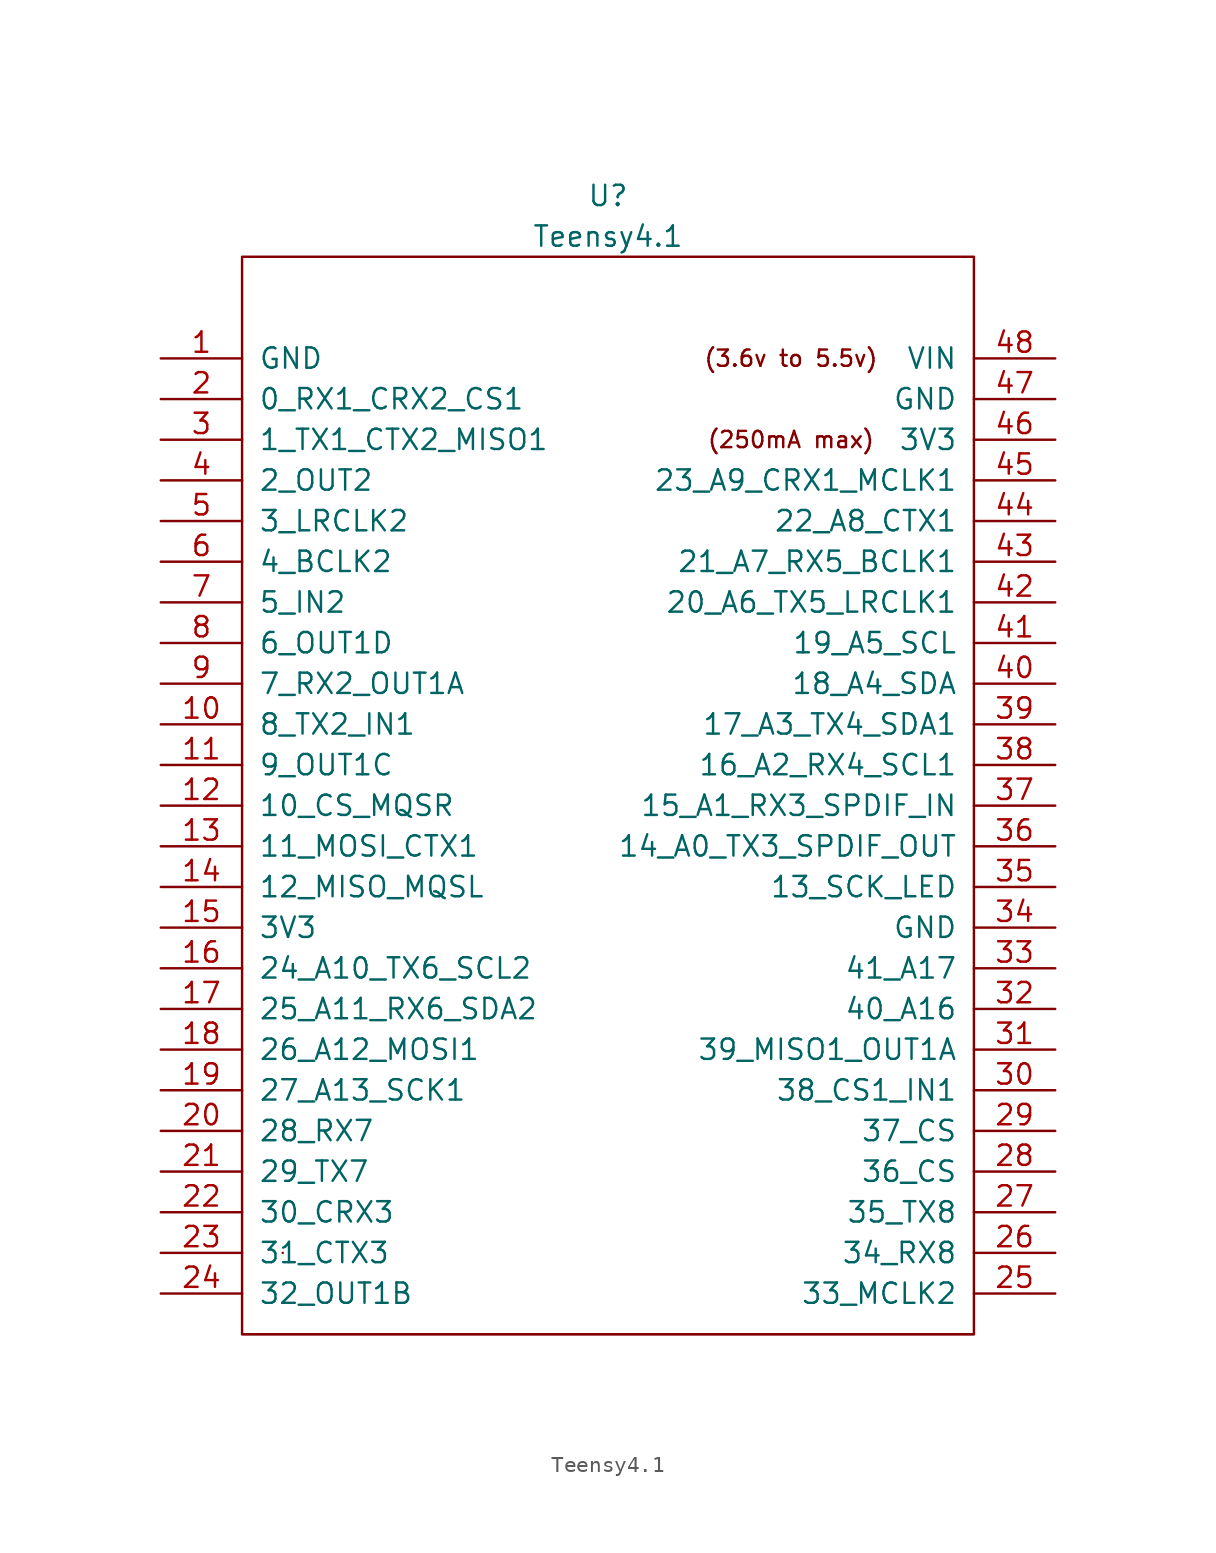
<source format=kicad_sym>
(kicad_symbol_lib
  (version 20231120)
  (generator "kicad_symbol_editor")
  (generator_version "8.0")
  (symbol "Teensy4.1"
    (pin_names
      (offset 1.016))
    (property "Reference" "U"
      (at 0 64.77 0)
      (effects (font (size 1.27 1.27))))
    (property "Value" "Teensy4.1"
      (at 0 62.23 0)
      (effects (font (size 1.27 1.27))))
    (symbol "Teensy4.1_0_0"
      (polyline (pts (xy -22.86 -6.35) (xy 22.86 -6.35)) (stroke (width 0) (type solid)) (fill (type none)))
      (text "(250mA max)" (at 11.43 49.53 0) (effects (font (size 1.016 1.016))))
      (text "(3.6v to 5.5v)" (at 11.43 54.61 0) (effects (font (size 1.016 1.016))))
      (pin bidirectional line (at -27.94 31.75 0) (length 5.08) (name "8_TX2_IN1" (effects (font (size 1.27 1.27)))) (number "10" (effects (font (size 1.27 1.27)))))
      (pin bidirectional line (at -27.94 29.21 0) (length 5.08) (name "9_OUT1C" (effects (font (size 1.27 1.27)))) (number "11" (effects (font (size 1.27 1.27)))))
      (pin bidirectional line (at -27.94 26.67 0) (length 5.08) (name "10_CS_MQSR" (effects (font (size 1.27 1.27)))) (number "12" (effects (font (size 1.27 1.27)))))
      (pin bidirectional line (at -27.94 24.13 0) (length 5.08) (name "11_MOSI_CTX1" (effects (font (size 1.27 1.27)))) (number "13" (effects (font (size 1.27 1.27)))))
      (pin bidirectional line (at -27.94 21.59 0) (length 5.08) (name "12_MISO_MQSL" (effects (font (size 1.27 1.27)))) (number "14" (effects (font (size 1.27 1.27)))))
      (pin power_in line (at -27.94 19.05 0) (length 5.08) (name "3V3" (effects (font (size 1.27 1.27)))) (number "15" (effects (font (size 1.27 1.27)))))
      (pin bidirectional line (at -27.94 16.51 0) (length 5.08) (name "24_A10_TX6_SCL2" (effects (font (size 1.27 1.27)))) (number "16" (effects (font (size 1.27 1.27)))))
      (pin bidirectional line (at -27.94 13.97 0) (length 5.08) (name "25_A11_RX6_SDA2" (effects (font (size 1.27 1.27)))) (number "17" (effects (font (size 1.27 1.27)))))
      (pin bidirectional line (at -27.94 11.43 0) (length 5.08) (name "26_A12_MOSI1" (effects (font (size 1.27 1.27)))) (number "18" (effects (font (size 1.27 1.27)))))
      (pin bidirectional line (at -27.94 8.89 0) (length 5.08) (name "27_A13_SCK1" (effects (font (size 1.27 1.27)))) (number "19" (effects (font (size 1.27 1.27)))))
      (pin bidirectional line (at -27.94 6.35 0) (length 5.08) (name "28_RX7" (effects (font (size 1.27 1.27)))) (number "20" (effects (font (size 1.27 1.27)))))
      (pin bidirectional line (at -27.94 3.81 0) (length 5.08) (name "29_TX7" (effects (font (size 1.27 1.27)))) (number "21" (effects (font (size 1.27 1.27)))))
      (pin bidirectional line (at -27.94 1.27 0) (length 5.08) (name "30_CRX3" (effects (font (size 1.27 1.27)))) (number "22" (effects (font (size 1.27 1.27)))))
      (pin bidirectional line (at -27.94 -1.27 0) (length 5.08) (name "31_CTX3" (effects (font (size 1.27 1.27)))) (number "23" (effects (font (size 1.27 1.27)))))
      (pin bidirectional line (at -27.94 -3.81 0) (length 5.08) (name "32_OUT1B" (effects (font (size 1.27 1.27)))) (number "24" (effects (font (size 1.27 1.27)))))
      (pin bidirectional line (at 27.94 -3.81 180) (length 5.08) (name "33_MCLK2" (effects (font (size 1.27 1.27)))) (number "25" (effects (font (size 1.27 1.27)))))
      (pin bidirectional line (at 27.94 -1.27 180) (length 5.08) (name "34_RX8" (effects (font (size 1.27 1.27)))) (number "26" (effects (font (size 1.27 1.27)))))
      (pin bidirectional line (at 27.94 1.27 180) (length 5.08) (name "35_TX8" (effects (font (size 1.27 1.27)))) (number "27" (effects (font (size 1.27 1.27)))))
      (pin bidirectional line (at 27.94 3.81 180) (length 5.08) (name "36_CS" (effects (font (size 1.27 1.27)))) (number "28" (effects (font (size 1.27 1.27)))))
      (pin bidirectional line (at 27.94 6.35 180) (length 5.08) (name "37_CS" (effects (font (size 1.27 1.27)))) (number "29" (effects (font (size 1.27 1.27)))))
      (pin bidirectional line (at 27.94 8.89 180) (length 5.08) (name "38_CS1_IN1" (effects (font (size 1.27 1.27)))) (number "30" (effects (font (size 1.27 1.27)))))
      (pin bidirectional line (at 27.94 11.43 180) (length 5.08) (name "39_MISO1_OUT1A" (effects (font (size 1.27 1.27)))) (number "31" (effects (font (size 1.27 1.27)))))
      (pin bidirectional line (at 27.94 13.97 180) (length 5.08) (name "40_A16" (effects (font (size 1.27 1.27)))) (number "32" (effects (font (size 1.27 1.27)))))
      (pin bidirectional line (at 27.94 16.51 180) (length 5.08) (name "41_A17" (effects (font (size 1.27 1.27)))) (number "33" (effects (font (size 1.27 1.27)))))
      (pin bidirectional line (at 27.94 21.59 180) (length 5.08) (name "13_SCK_LED" (effects (font (size 1.27 1.27)))) (number "35" (effects (font (size 1.27 1.27)))))
      (pin bidirectional line (at 27.94 24.13 180) (length 5.08) (name "14_A0_TX3_SPDIF_OUT" (effects (font (size 1.27 1.27)))) (number "36" (effects (font (size 1.27 1.27)))))
      (pin bidirectional line (at 27.94 26.67 180) (length 5.08) (name "15_A1_RX3_SPDIF_IN" (effects (font (size 1.27 1.27)))) (number "37" (effects (font (size 1.27 1.27)))))
      (pin bidirectional line (at 27.94 29.21 180) (length 5.08) (name "16_A2_RX4_SCL1" (effects (font (size 1.27 1.27)))) (number "38" (effects (font (size 1.27 1.27)))))
      (pin bidirectional line (at 27.94 31.75 180) (length 5.08) (name "17_A3_TX4_SDA1" (effects (font (size 1.27 1.27)))) (number "39" (effects (font (size 1.27 1.27)))))
      (pin bidirectional line (at 27.94 34.29 180) (length 5.08) (name "18_A4_SDA" (effects (font (size 1.27 1.27)))) (number "40" (effects (font (size 1.27 1.27)))))
      (pin bidirectional line (at 27.94 36.83 180) (length 5.08) (name "19_A5_SCL" (effects (font (size 1.27 1.27)))) (number "41" (effects (font (size 1.27 1.27)))))
      (pin bidirectional line (at 27.94 39.37 180) (length 5.08) (name "20_A6_TX5_LRCLK1" (effects (font (size 1.27 1.27)))) (number "42" (effects (font (size 1.27 1.27)))))
      (pin bidirectional line (at 27.94 41.91 180) (length 5.08) (name "21_A7_RX5_BCLK1" (effects (font (size 1.27 1.27)))) (number "43" (effects (font (size 1.27 1.27)))))
      (pin bidirectional line (at 27.94 44.45 180) (length 5.08) (name "22_A8_CTX1" (effects (font (size 1.27 1.27)))) (number "44" (effects (font (size 1.27 1.27)))))
      (pin bidirectional line (at 27.94 46.99 180) (length 5.08) (name "23_A9_CRX1_MCLK1" (effects (font (size 1.27 1.27)))) (number "45" (effects (font (size 1.27 1.27)))))
      (pin output line (at 27.94 49.53 180) (length 5.08) (name "3V3" (effects (font (size 1.27 1.27)))) (number "46" (effects (font (size 1.27 1.27)))))
      (pin output line (at 27.94 52.07 180) (length 5.08) (name "GND" (effects (font (size 1.27 1.27)))) (number "47" (effects (font (size 1.27 1.27)))))
      (pin power_in line (at 27.94 54.61 180) (length 5.08) (name "VIN" (effects (font (size 1.27 1.27)))) (number "48" (effects (font (size 1.27 1.27)))))
      (pin bidirectional line (at -27.94 44.45 0) (length 5.08) (name "3_LRCLK2" (effects (font (size 1.27 1.27)))) (number "5" (effects (font (size 1.27 1.27)))))
      (pin bidirectional line (at -27.94 41.91 0) (length 5.08) (name "4_BCLK2" (effects (font (size 1.27 1.27)))) (number "6" (effects (font (size 1.27 1.27)))))
      (pin bidirectional line (at -27.94 39.37 0) (length 5.08) (name "5_IN2" (effects (font (size 1.27 1.27)))) (number "7" (effects (font (size 1.27 1.27)))))
      (pin bidirectional line (at -27.94 36.83 0) (length 5.08) (name "6_OUT1D" (effects (font (size 1.27 1.27)))) (number "8" (effects (font (size 1.27 1.27)))))
      (pin bidirectional line (at -27.94 34.29 0) (length 5.08) (name "7_RX2_OUT1A" (effects (font (size 1.27 1.27)))) (number "9" (effects (font (size 1.27 1.27))))))
    (symbol "Teensy4.1_0_1"
      (rectangle (start -22.86 60.96) (end 22.86 -6.35) (stroke (width 0) (type solid)) (fill (type none)))
      (rectangle (start -20.32 -1.27) (end -20.32 -1.27) (stroke (width 0) (type solid)) (fill (type none))))
    (symbol "Teensy4.1_1_1"
      (pin power_in line (at -27.94 54.61 0) (length 5.08) (name "GND" (effects (font (size 1.27 1.27)))) (number "1" (effects (font (size 1.27 1.27)))))
      (pin bidirectional line (at -27.94 52.07 0) (length 5.08) (name "0_RX1_CRX2_CS1" (effects (font (size 1.27 1.27)))) (number "2" (effects (font (size 1.27 1.27)))))
      (pin bidirectional line (at -27.94 49.53 0) (length 5.08) (name "1_TX1_CTX2_MISO1" (effects (font (size 1.27 1.27)))) (number "3" (effects (font (size 1.27 1.27)))))
      (pin power_in line (at 27.94 19.05 180) (length 5.08) (name "GND" (effects (font (size 1.27 1.27)))) (number "34" (effects (font (size 1.27 1.27)))))
      (pin bidirectional line (at -27.94 46.99 0) (length 5.08) (name "2_OUT2" (effects (font (size 1.27 1.27)))) (number "4" (effects (font (size 1.27 1.27))))))))
</source>
